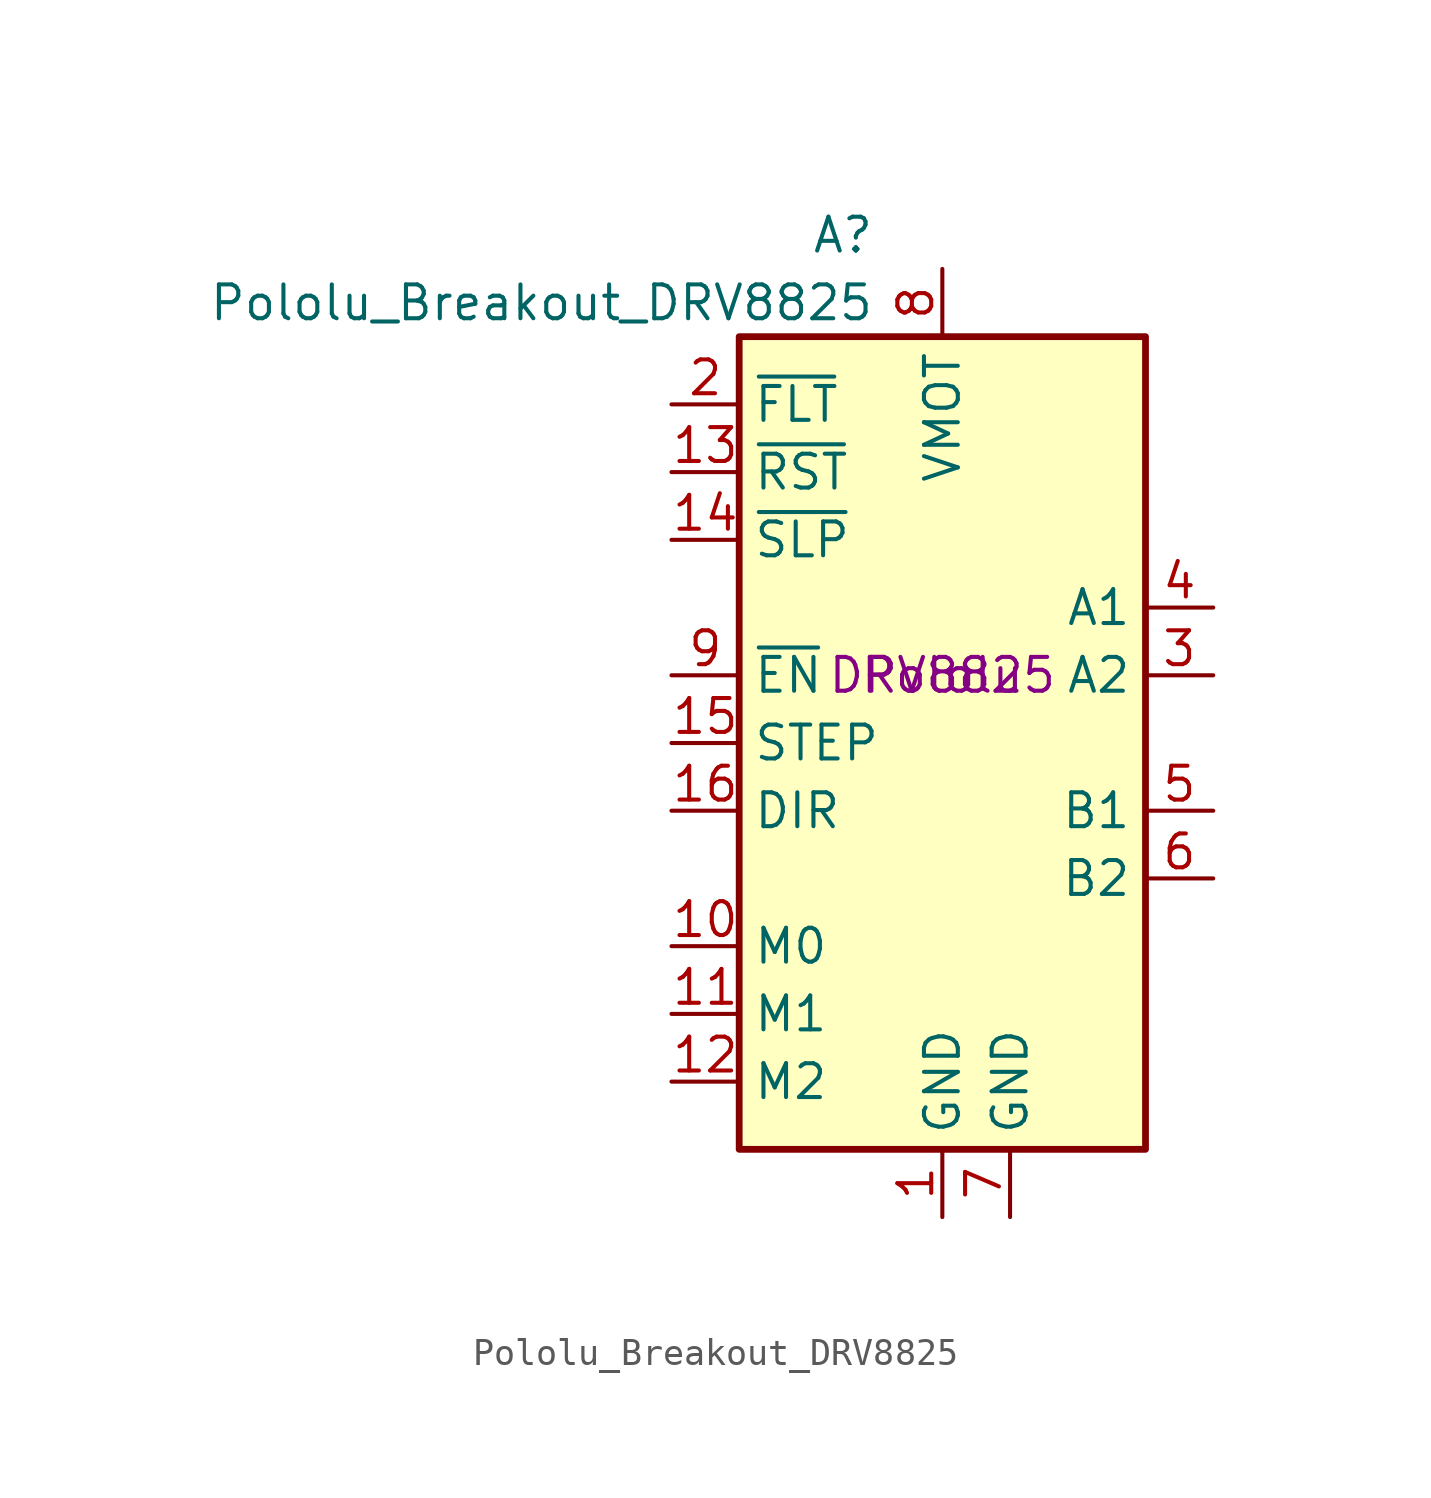
<source format=kicad_sym>
(kicad_symbol_lib
  (version 20220914)
  (generator kicad_symbol_editor)
  (symbol "Pololu_Breakout_DRV8825"
    (property "Reference" "A"
      (at -2.54 16.51 0)
      (effects (font (size 1.27 1.27)) (justify right)))
    (property "Value" "Pololu_Breakout_DRV8825"
      (at -2.54 13.97 0)
      (effects (font (size 1.27 1.27)) (justify right)))
    (property "Name" "DRV8825"
      (at 0 0 0)
      (effects (font (size 1.27 1.27))))
    (property "Vendor" "Pololu"
      (at 0 0 0)
      (effects (font (size 1.27 1.27))))
    (symbol "Pololu_Breakout_DRV8825_0_1"
      (rectangle (start 7.62 -17.78) (end -7.62 12.7) (stroke (width 0.254) (type default)) (fill (type background))))
    (symbol "Pololu_Breakout_DRV8825_1_1"
      (pin power_in line (at 0 -20.32 90) (length 2.54) (name "GND" (effects (font (size 1.27 1.27)))) (number "1" (effects (font (size 1.27 1.27)))))
      (pin input line (at -10.16 -10.16 0) (length 2.54) (name "M0" (effects (font (size 1.27 1.27)))) (number "10" (effects (font (size 1.27 1.27)))))
      (pin input line (at -10.16 -12.7 0) (length 2.54) (name "M1" (effects (font (size 1.27 1.27)))) (number "11" (effects (font (size 1.27 1.27)))))
      (pin input line (at -10.16 -15.24 0) (length 2.54) (name "M2" (effects (font (size 1.27 1.27)))) (number "12" (effects (font (size 1.27 1.27)))))
      (pin input line (at -10.16 7.62 0) (length 2.54) (name "~{RST}" (effects (font (size 1.27 1.27)))) (number "13" (effects (font (size 1.27 1.27)))))
      (pin input line (at -10.16 5.08 0) (length 2.54) (name "~{SLP}" (effects (font (size 1.27 1.27)))) (number "14" (effects (font (size 1.27 1.27)))))
      (pin input line (at -10.16 -2.54 0) (length 2.54) (name "STEP" (effects (font (size 1.27 1.27)))) (number "15" (effects (font (size 1.27 1.27)))))
      (pin input line (at -10.16 -5.08 0) (length 2.54) (name "DIR" (effects (font (size 1.27 1.27)))) (number "16" (effects (font (size 1.27 1.27)))))
      (pin output line (at -10.16 10.16 0) (length 2.54) (name "~{FLT}" (effects (font (size 1.27 1.27)))) (number "2" (effects (font (size 1.27 1.27)))))
      (pin output line (at 10.16 0 180) (length 2.54) (name "A2" (effects (font (size 1.27 1.27)))) (number "3" (effects (font (size 1.27 1.27)))))
      (pin output line (at 10.16 2.54 180) (length 2.54) (name "A1" (effects (font (size 1.27 1.27)))) (number "4" (effects (font (size 1.27 1.27)))))
      (pin output line (at 10.16 -5.08 180) (length 2.54) (name "B1" (effects (font (size 1.27 1.27)))) (number "5" (effects (font (size 1.27 1.27)))))
      (pin output line (at 10.16 -7.62 180) (length 2.54) (name "B2" (effects (font (size 1.27 1.27)))) (number "6" (effects (font (size 1.27 1.27)))))
      (pin power_in line (at 2.54 -20.32 90) (length 2.54) (name "GND" (effects (font (size 1.27 1.27)))) (number "7" (effects (font (size 1.27 1.27)))))
      (pin power_in line (at 0 15.24 270) (length 2.54) (name "VMOT" (effects (font (size 1.27 1.27)))) (number "8" (effects (font (size 1.27 1.27)))))
      (pin input line (at -10.16 0 0) (length 2.54) (name "~{EN}" (effects (font (size 1.27 1.27)))) (number "9" (effects (font (size 1.27 1.27))))))))
</source>
